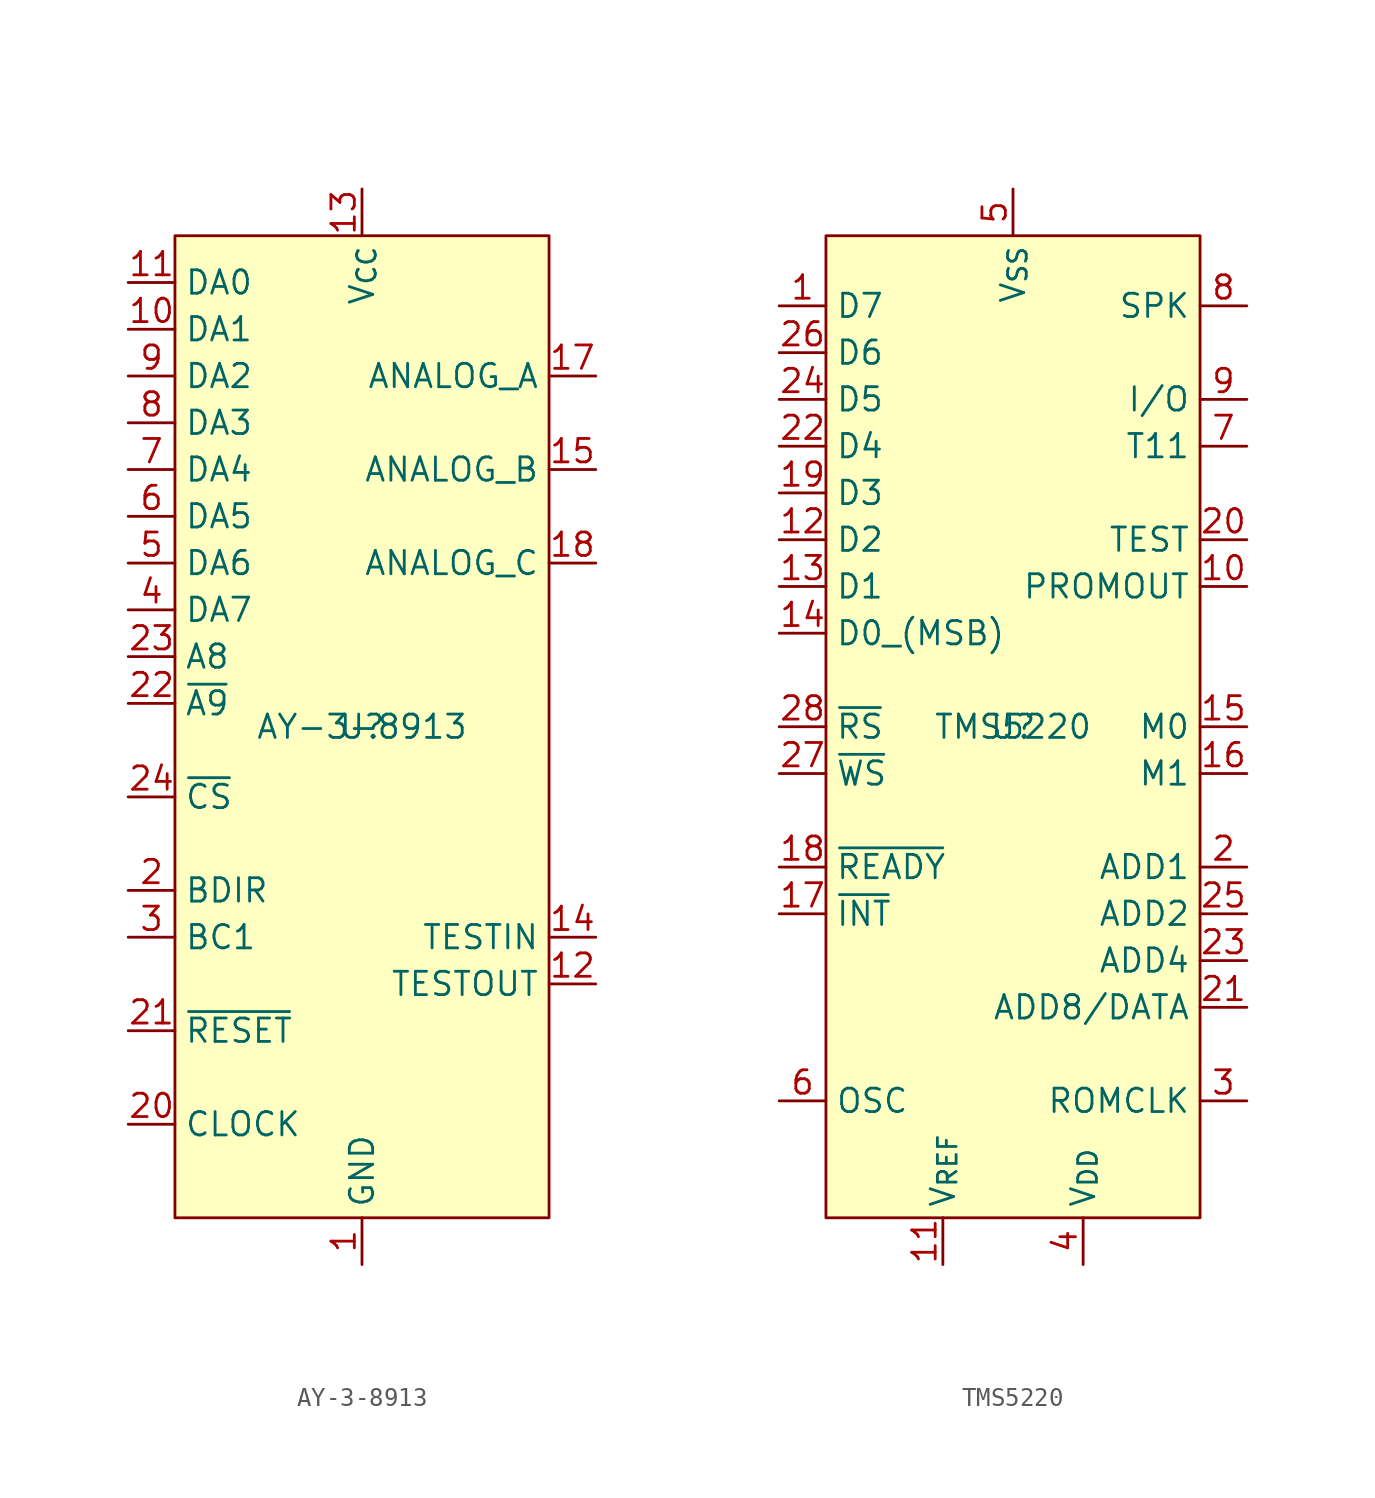
<source format=kicad_sym>
(kicad_symbol_lib
  (version 20231120)
  (generator "kicad_symbol_editor")
  (generator_version "8.0")
  (symbol "AY-3-8913"
    (property "Reference" "U"
      (at 0 0 0)
      (effects (font (size 1.27 1.27))))
    (property "Value" "AY-3-8913"
      (at 0 0 0)
      (effects (font (size 1.27 1.27))))
    (symbol "AY-3-8913_1_1"
      (rectangle (start -10.16 26.67) (end 10.16 -26.67) (stroke (width 0) (type default)) (fill (type background)))
      (pin power_in line (at 0 -29.21 90) (length 2.54) (name "GND" (effects (font (size 1.27 1.27)))) (number "1" (effects (font (size 1.27 1.27)))))
      (pin tri_state line (at -12.7 21.59 0) (length 2.54) (name "DA1" (effects (font (size 1.27 1.27)))) (number "10" (effects (font (size 1.27 1.27)))))
      (pin tri_state line (at -12.7 24.13 0) (length 2.54) (name "DA0" (effects (font (size 1.27 1.27)))) (number "11" (effects (font (size 1.27 1.27)))))
      (pin output line (at 12.7 -13.97 180) (length 2.54) (name "TESTOUT" (effects (font (size 1.27 1.27)))) (number "12" (effects (font (size 1.27 1.27)))))
      (pin power_in line (at 0 29.21 270) (length 2.54) (name "V_{CC}" (effects (font (size 1.27 1.27)))) (number "13" (effects (font (size 1.27 1.27)))))
      (pin input line (at 12.7 -11.43 180) (length 2.54) (name "TESTIN" (effects (font (size 1.27 1.27)))) (number "14" (effects (font (size 1.27 1.27)))))
      (pin passive line (at 12.7 13.97 180) (length 2.54) (name "ANALOG_B" (effects (font (size 1.27 1.27)))) (number "15" (effects (font (size 1.27 1.27)))))
      (pin no_connect line (at 10.16 -22.86 180) (length 2.54) hide (name "NC" (effects (font (size 1.27 1.27)))) (number "16" (effects (font (size 1.27 1.27)))))
      (pin passive line (at 12.7 19.05 180) (length 2.54) (name "ANALOG_A" (effects (font (size 1.27 1.27)))) (number "17" (effects (font (size 1.27 1.27)))))
      (pin passive line (at 12.7 8.89 180) (length 2.54) (name "ANALOG_C" (effects (font (size 1.27 1.27)))) (number "18" (effects (font (size 1.27 1.27)))))
      (pin power_in line (at 0 -29.21 90) (length 2.54) hide (name "GND" (effects (font (size 1.27 1.27)))) (number "19" (effects (font (size 1.27 1.27)))))
      (pin input line (at -12.7 -8.89 0) (length 2.54) (name "BDIR" (effects (font (size 1.27 1.27)))) (number "2" (effects (font (size 1.27 1.27)))))
      (pin input line (at -12.7 -21.59 0) (length 2.54) (name "CLOCK" (effects (font (size 1.27 1.27)))) (number "20" (effects (font (size 1.27 1.27)))))
      (pin input line (at -12.7 -16.51 0) (length 2.54) (name "~{RESET}" (effects (font (size 1.27 1.27)))) (number "21" (effects (font (size 1.27 1.27)))))
      (pin input line (at -12.7 1.27 0) (length 2.54) (name "~{A9}" (effects (font (size 1.27 1.27)))) (number "22" (effects (font (size 1.27 1.27)))))
      (pin input line (at -12.7 3.81 0) (length 2.54) (name "A8" (effects (font (size 1.27 1.27)))) (number "23" (effects (font (size 1.27 1.27)))))
      (pin input line (at -12.7 -3.81 0) (length 2.54) (name "~{CS}" (effects (font (size 1.27 1.27)))) (number "24" (effects (font (size 1.27 1.27)))))
      (pin input line (at -12.7 -11.43 0) (length 2.54) (name "BC1" (effects (font (size 1.27 1.27)))) (number "3" (effects (font (size 1.27 1.27)))))
      (pin tri_state line (at -12.7 6.35 0) (length 2.54) (name "DA7" (effects (font (size 1.27 1.27)))) (number "4" (effects (font (size 1.27 1.27)))))
      (pin tri_state line (at -12.7 8.89 0) (length 2.54) (name "DA6" (effects (font (size 1.27 1.27)))) (number "5" (effects (font (size 1.27 1.27)))))
      (pin tri_state line (at -12.7 11.43 0) (length 2.54) (name "DA5" (effects (font (size 1.27 1.27)))) (number "6" (effects (font (size 1.27 1.27)))))
      (pin tri_state line (at -12.7 13.97 0) (length 2.54) (name "DA4" (effects (font (size 1.27 1.27)))) (number "7" (effects (font (size 1.27 1.27)))))
      (pin tri_state line (at -12.7 16.51 0) (length 2.54) (name "DA3" (effects (font (size 1.27 1.27)))) (number "8" (effects (font (size 1.27 1.27)))))
      (pin tri_state line (at -12.7 19.05 0) (length 2.54) (name "DA2" (effects (font (size 1.27 1.27)))) (number "9" (effects (font (size 1.27 1.27)))))))
  (symbol "TMS5220"
    (property "Reference" "U"
      (at 0 0 0)
      (effects (font (size 1.27 1.27))))
    (property "Value" "TMS5220"
      (at 0 0 0)
      (effects (font (size 1.27 1.27))))
    (symbol "TMS5220_1_1"
      (rectangle (start -10.16 26.67) (end 10.16 -26.67) (stroke (width 0) (type default)) (fill (type background)))
      (pin bidirectional line (at -12.7 22.86 0) (length 2.54) (name "D7" (effects (font (size 1.27 1.27)))) (number "1" (effects (font (size 1.27 1.27)))))
      (pin output line (at 12.7 7.62 180) (length 2.54) (name "PROMOUT" (effects (font (size 1.27 1.27)))) (number "10" (effects (font (size 1.27 1.27)))))
      (pin power_in line (at -3.81 -29.21 90) (length 2.54) (name "V_{REF}" (effects (font (size 1.27 1.27)))) (number "11" (effects (font (size 1.27 1.27)))))
      (pin bidirectional line (at -12.7 10.16 0) (length 2.54) (name "D2" (effects (font (size 1.27 1.27)))) (number "12" (effects (font (size 1.27 1.27)))))
      (pin bidirectional line (at -12.7 7.62 0) (length 2.54) (name "D1" (effects (font (size 1.27 1.27)))) (number "13" (effects (font (size 1.27 1.27)))))
      (pin bidirectional line (at -12.7 5.08 0) (length 2.54) (name "D0_(MSB)" (effects (font (size 1.27 1.27)))) (number "14" (effects (font (size 1.27 1.27)))))
      (pin output line (at 12.7 0 180) (length 2.54) (name "M0" (effects (font (size 1.27 1.27)))) (number "15" (effects (font (size 1.27 1.27)))))
      (pin output line (at 12.7 -2.54 180) (length 2.54) (name "M1" (effects (font (size 1.27 1.27)))) (number "16" (effects (font (size 1.27 1.27)))))
      (pin output line (at -12.7 -10.16 0) (length 2.54) (name "~{INT}" (effects (font (size 1.27 1.27)))) (number "17" (effects (font (size 1.27 1.27)))))
      (pin output line (at -12.7 -7.62 0) (length 2.54) (name "~{READY}" (effects (font (size 1.27 1.27)))) (number "18" (effects (font (size 1.27 1.27)))))
      (pin bidirectional line (at -12.7 12.7 0) (length 2.54) (name "D3" (effects (font (size 1.27 1.27)))) (number "19" (effects (font (size 1.27 1.27)))))
      (pin output line (at 12.7 -7.62 180) (length 2.54) (name "ADD1" (effects (font (size 1.27 1.27)))) (number "2" (effects (font (size 1.27 1.27)))))
      (pin input line (at 12.7 10.16 180) (length 2.54) (name "TEST" (effects (font (size 1.27 1.27)))) (number "20" (effects (font (size 1.27 1.27)))))
      (pin output line (at 12.7 -15.24 180) (length 2.54) (name "ADD8/DATA" (effects (font (size 1.27 1.27)))) (number "21" (effects (font (size 1.27 1.27)))))
      (pin bidirectional line (at -12.7 15.24 0) (length 2.54) (name "D4" (effects (font (size 1.27 1.27)))) (number "22" (effects (font (size 1.27 1.27)))))
      (pin output line (at 12.7 -12.7 180) (length 2.54) (name "ADD4" (effects (font (size 1.27 1.27)))) (number "23" (effects (font (size 1.27 1.27)))))
      (pin bidirectional line (at -12.7 17.78 0) (length 2.54) (name "D5" (effects (font (size 1.27 1.27)))) (number "24" (effects (font (size 1.27 1.27)))))
      (pin output line (at 12.7 -10.16 180) (length 2.54) (name "ADD2" (effects (font (size 1.27 1.27)))) (number "25" (effects (font (size 1.27 1.27)))))
      (pin bidirectional line (at -12.7 20.32 0) (length 2.54) (name "D6" (effects (font (size 1.27 1.27)))) (number "26" (effects (font (size 1.27 1.27)))))
      (pin input line (at -12.7 -2.54 0) (length 2.54) (name "~{WS}" (effects (font (size 1.27 1.27)))) (number "27" (effects (font (size 1.27 1.27)))))
      (pin input line (at -12.7 0 0) (length 2.54) (name "~{RS}" (effects (font (size 1.27 1.27)))) (number "28" (effects (font (size 1.27 1.27)))))
      (pin output line (at 12.7 -20.32 180) (length 2.54) (name "ROMCLK" (effects (font (size 1.27 1.27)))) (number "3" (effects (font (size 1.27 1.27)))))
      (pin power_in line (at 3.81 -29.21 90) (length 2.54) (name "V_{DD}" (effects (font (size 1.27 1.27)))) (number "4" (effects (font (size 1.27 1.27)))))
      (pin power_in line (at 0 29.21 270) (length 2.54) (name "V_{SS}" (effects (font (size 1.27 1.27)))) (number "5" (effects (font (size 1.27 1.27)))))
      (pin input line (at -12.7 -20.32 0) (length 2.54) (name "OSC" (effects (font (size 1.27 1.27)))) (number "6" (effects (font (size 1.27 1.27)))))
      (pin output line (at 12.7 15.24 180) (length 2.54) (name "T11" (effects (font (size 1.27 1.27)))) (number "7" (effects (font (size 1.27 1.27)))))
      (pin output line (at 12.7 22.86 180) (length 2.54) (name "SPK" (effects (font (size 1.27 1.27)))) (number "8" (effects (font (size 1.27 1.27)))))
      (pin output line (at 12.7 17.78 180) (length 2.54) (name "I/O" (effects (font (size 1.27 1.27)))) (number "9" (effects (font (size 1.27 1.27))))))))
</source>
